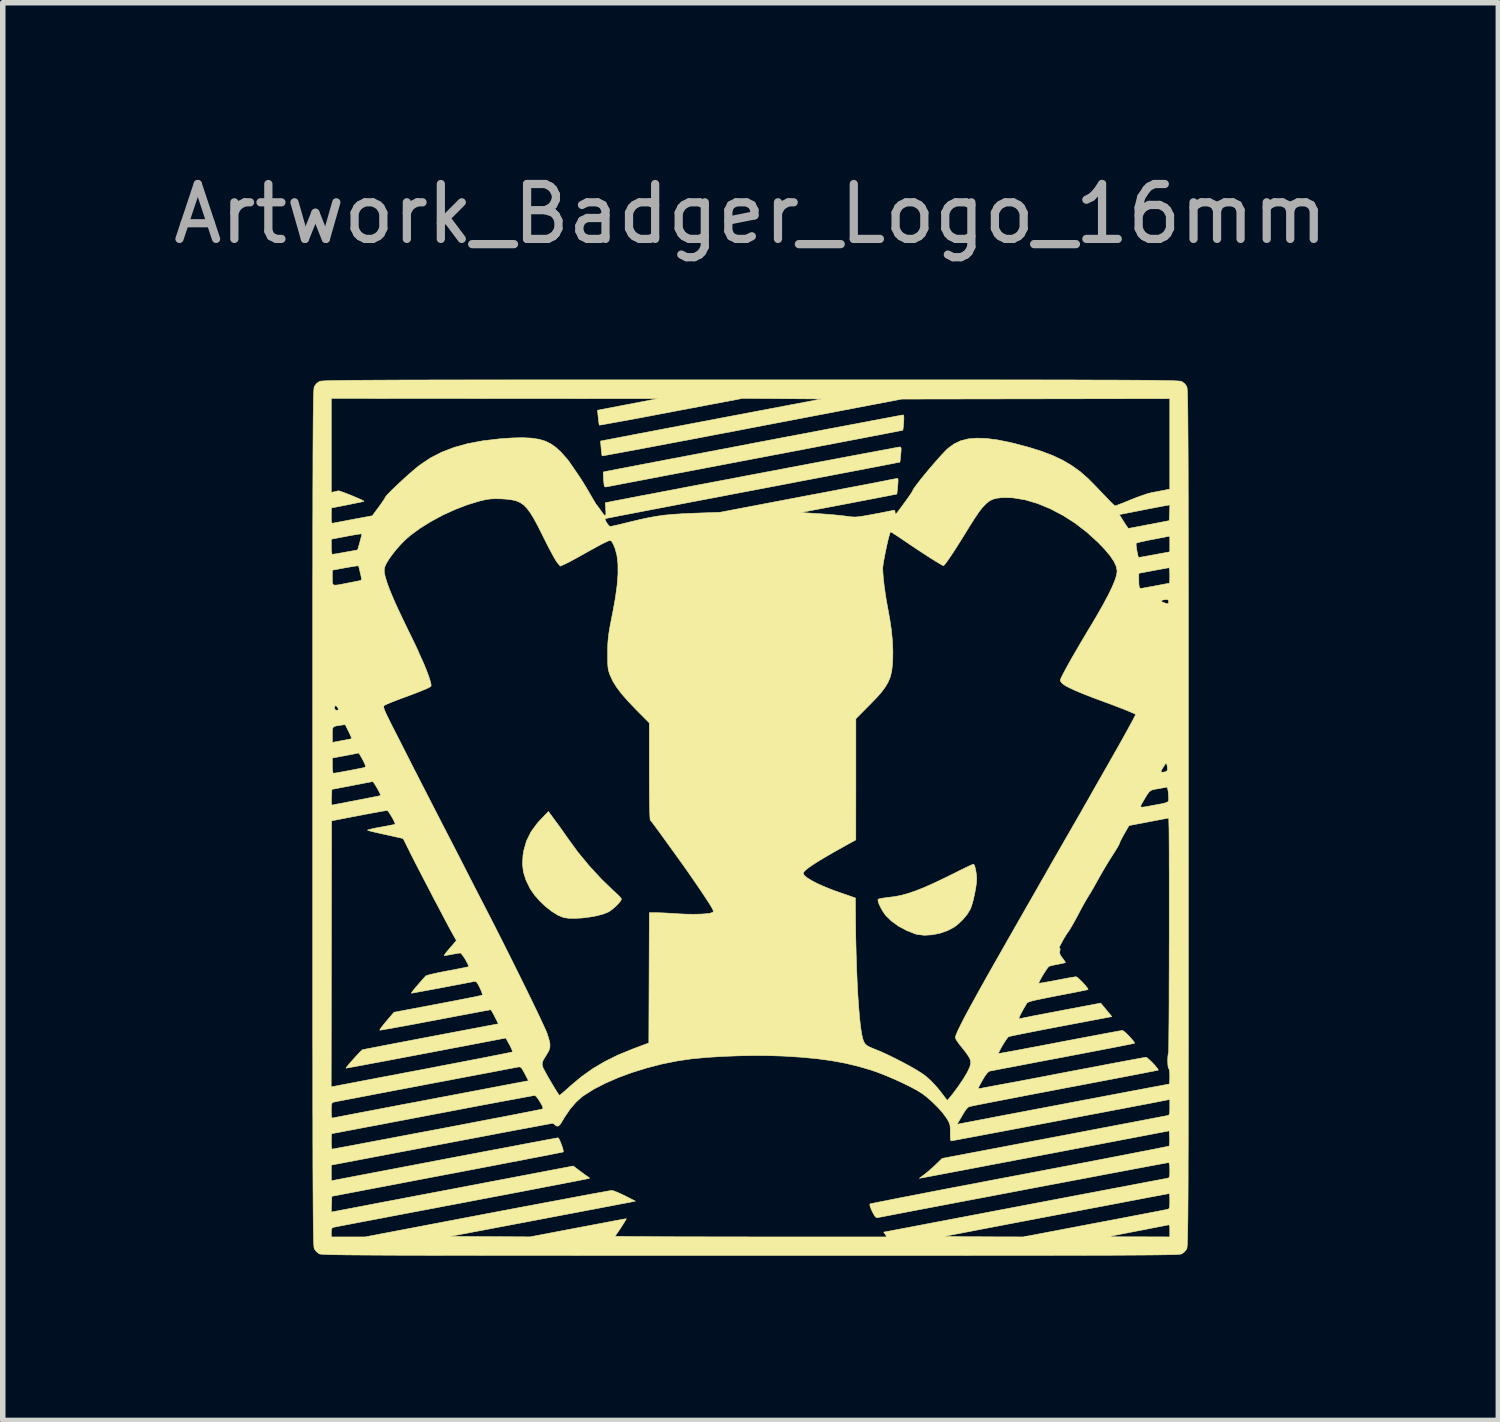
<source format=kicad_pcb>
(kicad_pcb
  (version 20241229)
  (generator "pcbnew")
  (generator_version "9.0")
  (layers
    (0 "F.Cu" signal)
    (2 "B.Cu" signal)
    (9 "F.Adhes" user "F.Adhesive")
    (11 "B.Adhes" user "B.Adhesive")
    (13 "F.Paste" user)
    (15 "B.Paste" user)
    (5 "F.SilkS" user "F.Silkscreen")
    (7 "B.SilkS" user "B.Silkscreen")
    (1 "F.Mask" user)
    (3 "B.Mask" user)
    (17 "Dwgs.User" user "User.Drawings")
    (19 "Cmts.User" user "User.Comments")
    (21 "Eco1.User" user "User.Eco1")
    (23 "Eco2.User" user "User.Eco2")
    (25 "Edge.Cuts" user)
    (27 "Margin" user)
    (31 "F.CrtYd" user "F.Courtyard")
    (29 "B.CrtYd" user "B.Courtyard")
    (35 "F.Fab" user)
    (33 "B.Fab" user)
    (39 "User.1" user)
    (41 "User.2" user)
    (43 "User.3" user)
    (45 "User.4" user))
  (footprint "Artwork_Badger_Logo_16mm"
    (layer "F.Cu")
    (at 10.625 11.848)
    (property "Reference" "Artwork_Badger_Logo_16mm" (at 0 -11 0) (layer "F.Fab") (effects (font (size 1 1) (thickness 0.15))))
    (attr through_hole)
    (fp_poly (pts (xy -3.548 0.071) (xy -3.485 0.157) (xy -3.421 0.246) (xy -3.365 0.326) (xy -3.332 0.373) (xy -3.149 0.625) (xy -2.941 0.877) (xy -2.72 1.117) (xy -2.496 1.334) (xy -2.45 1.375) (xy -2.401 1.421) (xy -2.366 1.46) (xy -2.352 1.483) (xy -2.352 1.483) (xy -2.366 1.515) (xy -2.403 1.561) (xy -2.454 1.613) (xy -2.512 1.664) (xy -2.569 1.706) (xy -2.597 1.722) (xy -2.687 1.757) (xy -2.803 1.788) (xy -2.934 1.811) (xy -3.07 1.828) (xy -3.2 1.835) (xy -3.316 1.833) (xy -3.407 1.819) (xy -3.411 1.818) (xy -3.51 1.777) (xy -3.619 1.709) (xy -3.731 1.622) (xy -3.839 1.52) (xy -3.934 1.412) (xy -4.01 1.302) (xy -4.019 1.287) (xy -4.093 1.134) (xy -4.138 0.99) (xy -4.155 0.845) (xy -4.146 0.688) (xy -4.131 0.596) (xy -4.081 0.421) (xy -3.998 0.256) (xy -3.881 0.097) (xy -3.826 0.037) (xy -3.683 -0.112) (xy -3.548 0.071)) (stroke (width 0.01) (type solid)) (fill yes) (layer "F.SilkS"))
    (fp_poly (pts (xy 4.077 0.864) (xy 4.092 0.909) (xy 4.105 0.971) (xy 4.116 1.042) (xy 4.12 1.111) (xy 4.12 1.122) (xy 4.115 1.197) (xy 4.101 1.294) (xy 4.08 1.402) (xy 4.056 1.508) (xy 4.03 1.6) (xy 4.005 1.667) (xy 4.005 1.667) (xy 3.949 1.759) (xy 3.871 1.854) (xy 3.78 1.941) (xy 3.712 1.993) (xy 3.592 2.057) (xy 3.455 2.105) (xy 3.311 2.134) (xy 3.17 2.143) (xy 3.044 2.129) (xy 3.001 2.118) (xy 2.844 2.056) (xy 2.696 1.976) (xy 2.568 1.884) (xy 2.467 1.786) (xy 2.456 1.772) (xy 2.413 1.71) (xy 2.374 1.643) (xy 2.343 1.578) (xy 2.325 1.525) (xy 2.322 1.491) (xy 2.325 1.487) (xy 2.35 1.478) (xy 2.404 1.467) (xy 2.477 1.457) (xy 2.533 1.45) (xy 2.642 1.436) (xy 2.753 1.413) (xy 2.87 1.381) (xy 2.996 1.338) (xy 3.137 1.283) (xy 3.297 1.213) (xy 3.48 1.127) (xy 3.691 1.024) (xy 3.721 1.009) (xy 3.822 0.958) (xy 3.913 0.914) (xy 3.986 0.879) (xy 4.038 0.856) (xy 4.062 0.847) (xy 4.062 0.847) (xy 4.077 0.864)) (stroke (width 0.01) (type solid)) (fill yes) (layer "F.SilkS"))
    (fp_poly (pts (xy 2.792 -7.32) (xy 2.794 -7.266) (xy 2.79 -7.201) (xy 2.784 -7.134) (xy 2.779 -7.084) (xy 2.775 -7.06) (xy 2.775 -7.06) (xy 2.757 -7.056) (xy 2.703 -7.045) (xy 2.617 -7.028) (xy 2.499 -7.005) (xy 2.354 -6.977) (xy 2.181 -6.944) (xy 1.984 -6.906) (xy 1.764 -6.864) (xy 1.524 -6.818) (xy 1.266 -6.769) (xy 0.991 -6.716) (xy 0.702 -6.661) (xy 0.4 -6.604) (xy 0.101 -6.547) (xy -0.211 -6.488) (xy -0.513 -6.43) (xy -0.803 -6.375) (xy -1.08 -6.322) (xy -1.341 -6.273) (xy -1.583 -6.227) (xy -1.805 -6.184) (xy -2.005 -6.146) (xy -2.181 -6.113) (xy -2.33 -6.084) (xy -2.45 -6.061) (xy -2.539 -6.044) (xy -2.596 -6.033) (xy -2.617 -6.029) (xy -2.643 -6.025) (xy -2.658 -6.032) (xy -2.667 -6.057) (xy -2.673 -6.107) (xy -2.677 -6.156) (xy -2.681 -6.223) (xy -2.683 -6.274) (xy -2.683 -6.298) (xy -2.682 -6.298) (xy -2.664 -6.302) (xy -2.611 -6.313) (xy -2.525 -6.329) (xy -2.411 -6.352) (xy -2.269 -6.379) (xy -2.103 -6.411) (xy -1.915 -6.447) (xy -1.707 -6.487) (xy -1.482 -6.53) (xy -1.243 -6.575) (xy -0.991 -6.623) (xy -0.73 -6.673) (xy -0.462 -6.724) (xy -0.189 -6.776) (xy 0.086 -6.829) (xy 0.361 -6.881) (xy 0.633 -6.933) (xy 0.9 -6.983) (xy 1.159 -7.032) (xy 1.407 -7.08) (xy 1.643 -7.124) (xy 1.864 -7.166) (xy 2.066 -7.204) (xy 2.249 -7.239) (xy 2.409 -7.269) (xy 2.544 -7.294) (xy 2.651 -7.314) (xy 2.727 -7.328) (xy 2.771 -7.336) (xy 2.781 -7.338) (xy 2.792 -7.32)) (stroke (width 0.01) (type solid)) (fill yes) (layer "F.SilkS"))
    (fp_poly (pts (xy 0.649 -7.977) (xy 1.26 -7.977) (xy 1.837 -7.977) (xy 2.379 -7.977) (xy 2.888 -7.977) (xy 3.364 -7.977) (xy 3.809 -7.977) (xy 4.223 -7.977) (xy 4.609 -7.976) (xy 4.966 -7.976) (xy 5.297 -7.976) (xy 5.601 -7.975) (xy 5.881 -7.975) (xy 6.136 -7.974) (xy 6.369 -7.973) (xy 6.58 -7.973) (xy 6.77 -7.972) (xy 6.941 -7.971) (xy 7.093 -7.97) (xy 7.227 -7.969) (xy 7.345 -7.968) (xy 7.448 -7.966) (xy 7.536 -7.965) (xy 7.611 -7.963) (xy 7.673 -7.962) (xy 7.725 -7.96) (xy 7.766 -7.958) (xy 7.798 -7.956) (xy 7.822 -7.954) (xy 7.839 -7.952) (xy 7.85 -7.95) (xy 7.856 -7.948) (xy 7.911 -7.907) (xy 7.948 -7.856) (xy 7.95 -7.848) (xy 7.953 -7.835) (xy 7.955 -7.816) (xy 7.957 -7.79) (xy 7.959 -7.756) (xy 7.961 -7.712) (xy 7.962 -7.658) (xy 7.964 -7.592) (xy 7.965 -7.514) (xy 7.967 -7.422) (xy 7.968 -7.315) (xy 7.969 -7.193) (xy 7.97 -7.054) (xy 7.971 -6.898) (xy 7.972 -6.722) (xy 7.973 -6.526) (xy 7.974 -6.31) (xy 7.974 -6.071) (xy 7.975 -5.809) (xy 7.975 -5.523) (xy 7.976 -5.212) (xy 7.976 -4.875) (xy 7.976 -4.51) (xy 7.977 -4.117) (xy 7.977 -3.694) (xy 7.977 -3.241) (xy 7.977 -2.757) (xy 7.977 -2.239) (xy 7.977 -1.688) (xy 7.977 -1.103) (xy 7.977 -0.481) (xy 7.977 0) (xy 7.977 0.649) (xy 7.977 1.26) (xy 7.977 1.837) (xy 7.977 2.379) (xy 7.977 2.888) (xy 7.977 3.364) (xy 7.977 3.809) (xy 7.977 4.223) (xy 7.976 4.609) (xy 7.976 4.966) (xy 7.976 5.297) (xy 7.975 5.601) (xy 7.975 5.881) (xy 7.974 6.136) (xy 7.973 6.369) (xy 7.973 6.58) (xy 7.972 6.77) (xy 7.971 6.941) (xy 7.97 7.093) (xy 7.969 7.227) (xy 7.968 7.345) (xy 7.966 7.448) (xy 7.965 7.536) (xy 7.963 7.611) (xy 7.962 7.673) (xy 7.96 7.725) (xy 7.958 7.766) (xy 7.956 7.798) (xy 7.954 7.822) (xy 7.952 7.839) (xy 7.95 7.85) (xy 7.948 7.856) (xy 7.907 7.911) (xy 7.856 7.948) (xy 7.848 7.95) (xy 7.835 7.953) (xy 7.816 7.955) (xy 7.79 7.957) (xy 7.756 7.959) (xy 7.712 7.961) (xy 7.658 7.962) (xy 7.592 7.964) (xy 7.514 7.965) (xy 7.422 7.967) (xy 7.316 7.968) (xy 7.194 7.969) (xy 7.055 7.97) (xy 6.898 7.971) (xy 6.722 7.972) (xy 6.527 7.973) (xy 6.31 7.973) (xy 6.072 7.974) (xy 5.81 7.975) (xy 5.524 7.975) (xy 5.213 7.976) (xy 4.876 7.976) (xy 4.512 7.976) (xy 4.119 7.976) (xy 3.696 7.977) (xy 3.243 7.977) (xy 2.759 7.977) (xy 2.242 7.977) (xy 1.691 7.977) (xy 1.105 7.977) (xy 0.484 7.977) (xy -0.003 7.977) (xy -0.652 7.977) (xy -1.264 7.977) (xy -1.841 7.977) (xy -2.383 7.977) (xy -2.892 7.977) (xy -3.369 7.976) (xy -3.814 7.976) (xy -4.229 7.976) (xy -4.615 7.976) (xy -4.972 7.975) (xy -5.303 7.975) (xy -5.608 7.974) (xy -5.887 7.974) (xy -6.143 7.973) (xy -6.376 7.973) (xy -6.587 7.972) (xy -6.777 7.971) (xy -6.948 7.97) (xy -7.1 7.969) (xy -7.234 7.968) (xy -7.352 7.967) (xy -7.454 7.965) (xy -7.542 7.964) (xy -7.617 7.963) (xy -7.679 7.961) (xy -7.731 7.959) (xy -7.771 7.957) (xy -7.803 7.955) (xy -7.827 7.953) (xy -7.844 7.951) (xy -7.854 7.949) (xy -7.859 7.947) (xy -7.908 7.909) (xy -7.947 7.857) (xy -7.948 7.855) (xy -7.95 7.848) (xy -7.953 7.835) (xy -7.955 7.816) (xy -7.957 7.789) (xy -7.959 7.754) (xy -7.961 7.71) (xy -7.962 7.655) (xy -7.964 7.589) (xy -7.965 7.51) (xy -7.967 7.417) (xy -7.968 7.31) (xy -7.969 7.187) (xy -7.64 7.187) (xy -7.588 7.176) (xy -7.563 7.172) (xy -7.503 7.16) (xy -7.411 7.143) (xy -7.29 7.12) (xy -7.14 7.091) (xy -6.966 7.058) (xy -6.769 7.02) (xy -6.552 6.979) (xy -6.316 6.934) (xy -6.065 6.886) (xy -5.8 6.836) (xy -5.525 6.784) (xy -5.383 6.757) (xy -3.23 6.347) (xy -3.112 6.436) (xy -3.051 6.482) (xy -2.998 6.52) (xy -2.963 6.543) (xy -2.96 6.545) (xy -2.936 6.563) (xy -2.935 6.572) (xy -2.955 6.576) (xy -3.009 6.587) (xy -3.095 6.604) (xy -3.212 6.627) (xy -3.357 6.655) (xy -3.528 6.688) (xy -3.722 6.725) (xy -3.938 6.767) (xy -4.173 6.812) (xy -4.424 6.86) (xy -4.691 6.91) (xy -4.97 6.963) (xy -5.249 7.017) (xy -5.539 7.071) (xy -5.819 7.125) (xy -6.086 7.175) (xy -6.339 7.223) (xy -6.576 7.268) (xy -6.794 7.31) (xy -6.99 7.347) (xy -7.163 7.38) (xy -7.31 7.408) (xy -7.43 7.431) (xy -7.519 7.448) (xy -7.575 7.459) (xy -7.596 7.464) (xy -7.623 7.476) (xy -7.636 7.503) (xy -7.639 7.556) (xy -7.639 7.639) (xy -7.022 7.639) (xy -4.797 7.215) (xy -4.512 7.161) (xy -4.238 7.109) (xy -3.975 7.06) (xy -3.727 7.013) (xy -3.496 6.97) (xy -3.284 6.93) (xy -3.093 6.894) (xy -2.926 6.863) (xy -2.785 6.837) (xy -2.672 6.817) (xy -2.59 6.802) (xy -2.541 6.794) (xy -2.527 6.792) (xy -2.493 6.8) (xy -2.434 6.823) (xy -2.36 6.856) (xy -2.29 6.889) (xy -2.098 6.987) (xy -2.164 7) (xy -2.192 7.006) (xy -2.254 7.018) (xy -2.348 7.035) (xy -2.47 7.059) (xy -2.618 7.087) (xy -2.789 7.12) (xy -2.98 7.156) (xy -3.189 7.196) (xy -3.413 7.238) (xy -3.648 7.283) (xy -3.852 7.322) (xy -5.475 7.629) (xy -4.746 7.634) (xy -4.017 7.638) (xy -3.142 7.471) (xy -2.966 7.438) (xy -2.802 7.407) (xy -2.653 7.379) (xy -2.523 7.354) (xy -2.415 7.334) (xy -2.334 7.319) (xy -2.282 7.31) (xy -2.264 7.307) (xy -2.271 7.324) (xy -2.294 7.363) (xy -2.328 7.417) (xy -2.367 7.478) (xy -2.407 7.537) (xy -2.441 7.586) (xy -2.465 7.618) (xy -2.472 7.624) (xy -2.456 7.626) (xy -2.405 7.628) (xy -2.32 7.629) (xy -2.204 7.631) (xy -2.06 7.632) (xy -1.888 7.633) (xy -1.692 7.635) (xy -1.473 7.636) (xy -1.234 7.637) (xy -0.977 7.637) (xy -0.704 7.638) (xy -0.417 7.638) (xy -0.119 7.638) (xy -0.004 7.639) (xy 2.484 7.639) (xy 2.477 7.627) (xy 3.537 7.627) (xy 3.549 7.629) (xy 3.595 7.63) (xy 3.67 7.632) (xy 3.772 7.633) (xy 3.895 7.635) (xy 4.038 7.636) (xy 4.195 7.636) (xy 4.238 7.637) (xy 4.967 7.639) (xy 4.984 7.636) (xy 6.501 7.636) (xy 7.07 7.637) (xy 7.639 7.639) (xy 7.639 7.526) (xy 7.638 7.463) (xy 7.633 7.43) (xy 7.621 7.419) (xy 7.598 7.422) (xy 7.596 7.423) (xy 7.567 7.429) (xy 7.507 7.441) (xy 7.419 7.458) (xy 7.31 7.479) (xy 7.185 7.504) (xy 7.048 7.53) (xy 7.027 7.534) (xy 6.501 7.636) (xy 4.984 7.636) (xy 6.261 7.393) (xy 6.477 7.352) (xy 6.683 7.313) (xy 6.876 7.276) (xy 7.053 7.242) (xy 7.21 7.212) (xy 7.345 7.186) (xy 7.454 7.165) (xy 7.534 7.149) (xy 7.583 7.14) (xy 7.596 7.137) (xy 7.618 7.129) (xy 7.631 7.111) (xy 7.637 7.076) (xy 7.639 7.015) (xy 7.639 6.988) (xy 7.638 6.921) (xy 7.635 6.871) (xy 7.63 6.849) (xy 7.629 6.849) (xy 7.61 6.852) (xy 7.556 6.862) (xy 7.471 6.878) (xy 7.358 6.899) (xy 7.22 6.925) (xy 7.059 6.956) (xy 6.878 6.99) (xy 6.68 7.028) (xy 6.469 7.068) (xy 6.246 7.11) (xy 6.016 7.154) (xy 5.78 7.199) (xy 5.542 7.244) (xy 5.304 7.289) (xy 5.07 7.334) (xy 4.841 7.377) (xy 4.622 7.419) (xy 4.415 7.459) (xy 4.223 7.495) (xy 4.049 7.529) (xy 3.896 7.558) (xy 3.766 7.583) (xy 3.662 7.603) (xy 3.588 7.617) (xy 3.546 7.625) (xy 3.537 7.627) (xy 2.477 7.627) (xy 2.456 7.595) (xy 2.427 7.552) (xy 4.981 7.066) (xy 5.286 7.008) (xy 5.582 6.952) (xy 5.866 6.898) (xy 6.135 6.847) (xy 6.389 6.799) (xy 6.624 6.754) (xy 6.839 6.714) (xy 7.031 6.677) (xy 7.198 6.645) (xy 7.338 6.619) (xy 7.45 6.598) (xy 7.53 6.582) (xy 7.576 6.574) (xy 7.587 6.571) (xy 7.614 6.565) (xy 7.629 6.552) (xy 7.636 6.523) (xy 7.639 6.471) (xy 7.639 6.423) (xy 7.637 6.344) (xy 7.629 6.299) (xy 7.616 6.284) (xy 7.615 6.284) (xy 7.595 6.288) (xy 7.54 6.298) (xy 7.454 6.314) (xy 7.338 6.335) (xy 7.195 6.362) (xy 7.028 6.393) (xy 6.84 6.429) (xy 6.632 6.468) (xy 6.407 6.51) (xy 6.168 6.556) (xy 5.918 6.603) (xy 5.658 6.652) (xy 5.392 6.702) (xy 5.122 6.753) (xy 4.85 6.805) (xy 4.58 6.856) (xy 4.313 6.907) (xy 4.052 6.956) (xy 3.799 7.004) (xy 3.558 7.05) (xy 3.331 7.093) (xy 3.12 7.133) (xy 2.927 7.17) (xy 2.756 7.203) (xy 2.609 7.231) (xy 2.488 7.254) (xy 2.397 7.272) (xy 2.336 7.283) (xy 2.31 7.289) (xy 2.287 7.283) (xy 2.261 7.254) (xy 2.227 7.194) (xy 2.217 7.175) (xy 2.189 7.111) (xy 2.174 7.063) (xy 2.175 7.039) (xy 2.175 7.039) (xy 2.195 7.034) (xy 2.25 7.022) (xy 2.338 7.004) (xy 2.457 6.981) (xy 2.604 6.951) (xy 2.778 6.917) (xy 2.977 6.879) (xy 3.198 6.836) (xy 3.44 6.789) (xy 3.7 6.739) (xy 3.977 6.687) (xy 4.267 6.631) (xy 4.57 6.573) (xy 4.884 6.514) (xy 4.901 6.511) (xy 5.215 6.451) (xy 5.519 6.393) (xy 5.81 6.338) (xy 6.087 6.285) (xy 6.348 6.235) (xy 6.591 6.188) (xy 6.813 6.145) (xy 7.013 6.106) (xy 7.188 6.072) (xy 7.337 6.043) (xy 7.457 6.019) (xy 7.547 6.001) (xy 7.603 5.989) (xy 7.625 5.984) (xy 7.626 5.984) (xy 7.632 5.959) (xy 7.636 5.908) (xy 7.635 5.841) (xy 7.635 5.838) (xy 7.629 5.706) (xy 5.428 6.126) (xy 5.144 6.18) (xy 4.87 6.232) (xy 4.608 6.282) (xy 4.359 6.329) (xy 4.127 6.373) (xy 3.914 6.414) (xy 3.723 6.45) (xy 3.554 6.482) (xy 3.412 6.509) (xy 3.298 6.53) (xy 3.215 6.546) (xy 3.165 6.555) (xy 3.151 6.558) (xy 3.076 6.571) (xy 3.17 6.5) (xy 3.231 6.451) (xy 3.304 6.388) (xy 3.373 6.324) (xy 3.378 6.319) (xy 3.491 6.209) (xy 5.523 5.823) (xy 5.794 5.772) (xy 6.056 5.722) (xy 6.305 5.674) (xy 6.54 5.63) (xy 6.758 5.588) (xy 6.956 5.551) (xy 7.131 5.517) (xy 7.283 5.488) (xy 7.407 5.464) (xy 7.502 5.446) (xy 7.566 5.434) (xy 7.595 5.428) (xy 7.596 5.428) (xy 7.618 5.42) (xy 7.631 5.403) (xy 7.637 5.369) (xy 7.639 5.309) (xy 7.639 5.276) (xy 7.639 5.133) (xy 7.587 5.144) (xy 7.553 5.151) (xy 7.486 5.164) (xy 7.389 5.183) (xy 7.266 5.207) (xy 7.118 5.235) (xy 6.949 5.267) (xy 6.762 5.303) (xy 6.56 5.341) (xy 6.346 5.382) (xy 6.122 5.424) (xy 5.892 5.468) (xy 5.659 5.512) (xy 5.425 5.556) (xy 5.194 5.6) (xy 4.968 5.643) (xy 4.75 5.684) (xy 4.544 5.723) (xy 4.352 5.759) (xy 4.177 5.792) (xy 4.023 5.821) (xy 3.891 5.845) (xy 3.786 5.865) (xy 3.709 5.879) (xy 3.665 5.887) (xy 3.654 5.889) (xy 3.645 5.871) (xy 3.64 5.822) (xy 3.639 5.748) (xy 3.639 5.737) (xy 3.639 5.66) (xy 3.635 5.606) (xy 3.626 5.577) (xy 3.768 5.577) (xy 3.775 5.585) (xy 3.802 5.58) (xy 3.827 5.575) (xy 3.886 5.563) (xy 3.977 5.546) (xy 4.097 5.523) (xy 4.244 5.495) (xy 4.415 5.462) (xy 4.608 5.425) (xy 4.821 5.385) (xy 5.05 5.341) (xy 5.293 5.295) (xy 5.548 5.247) (xy 5.732 5.212) (xy 5.992 5.162) (xy 6.243 5.115) (xy 6.48 5.07) (xy 6.702 5.028) (xy 6.906 4.989) (xy 7.09 4.955) (xy 7.251 4.924) (xy 7.386 4.899) (xy 7.494 4.879) (xy 7.572 4.864) (xy 7.616 4.856) (xy 7.627 4.854) (xy 7.633 4.837) (xy 7.637 4.791) (xy 7.639 4.726) (xy 7.639 4.713) (xy 7.636 4.642) (xy 7.63 4.592) (xy 7.621 4.572) (xy 7.62 4.572) (xy 7.611 4.554) (xy 7.604 4.507) (xy 7.601 4.438) (xy 7.601 4.431) (xy 7.603 4.363) (xy 7.608 4.314) (xy 7.614 4.29) (xy 7.616 4.29) (xy 7.617 4.271) (xy 7.619 4.218) (xy 7.62 4.134) (xy 7.621 4.02) (xy 7.622 3.88) (xy 7.624 3.717) (xy 7.625 3.534) (xy 7.626 3.334) (xy 7.626 3.12) (xy 7.627 2.894) (xy 7.628 2.659) (xy 7.628 2.419) (xy 7.629 2.176) (xy 7.629 1.934) (xy 7.629 1.694) (xy 7.629 1.461) (xy 7.629 1.236) (xy 7.629 1.024) (xy 7.628 0.826) (xy 7.628 0.646) (xy 7.627 0.486) (xy 7.626 0.35) (xy 7.625 0.241) (xy 7.624 0.16) (xy 7.623 0.14) (xy 7.62 0.006) (xy 7.258 0.075) (xy 6.896 0.144) (xy 6.807 0.299) (xy 6.769 0.367) (xy 6.74 0.424) (xy 6.724 0.46) (xy 6.722 0.469) (xy 6.714 0.489) (xy 6.689 0.535) (xy 6.65 0.599) (xy 6.602 0.675) (xy 6.593 0.689) (xy 6.526 0.794) (xy 6.453 0.915) (xy 6.384 1.034) (xy 6.343 1.107) (xy 6.291 1.2) (xy 6.239 1.293) (xy 6.192 1.373) (xy 6.158 1.427) (xy 6.123 1.485) (xy 6.077 1.565) (xy 6.025 1.659) (xy 5.973 1.757) (xy 5.966 1.771) (xy 5.917 1.863) (xy 5.87 1.947) (xy 5.829 2.017) (xy 5.8 2.063) (xy 5.795 2.07) (xy 5.763 2.115) (xy 5.727 2.172) (xy 5.691 2.234) (xy 5.659 2.293) (xy 5.634 2.342) (xy 5.621 2.374) (xy 5.625 2.381) (xy 5.625 2.381) (xy 5.639 2.379) (xy 5.64 2.404) (xy 5.636 2.425) (xy 5.632 2.468) (xy 5.646 2.508) (xy 5.681 2.557) (xy 5.714 2.601) (xy 5.735 2.631) (xy 5.739 2.638) (xy 5.721 2.646) (xy 5.676 2.656) (xy 5.613 2.669) (xy 5.602 2.671) (xy 5.531 2.685) (xy 5.473 2.698) (xy 5.438 2.709) (xy 5.437 2.71) (xy 5.418 2.73) (xy 5.388 2.772) (xy 5.351 2.828) (xy 5.314 2.889) (xy 5.282 2.946) (xy 5.259 2.991) (xy 5.251 3.016) (xy 5.252 3.017) (xy 5.271 3.016) (xy 5.322 3.008) (xy 5.397 2.995) (xy 5.491 2.978) (xy 5.579 2.961) (xy 5.685 2.941) (xy 5.781 2.923) (xy 5.858 2.909) (xy 5.91 2.901) (xy 5.93 2.898) (xy 5.952 2.91) (xy 5.99 2.942) (xy 6.035 2.986) (xy 6.081 3.035) (xy 6.12 3.081) (xy 6.145 3.115) (xy 6.15 3.132) (xy 6.131 3.137) (xy 6.079 3.148) (xy 5.999 3.164) (xy 5.896 3.185) (xy 5.775 3.208) (xy 5.64 3.234) (xy 5.599 3.242) (xy 5.436 3.274) (xy 5.307 3.3) (xy 5.207 3.321) (xy 5.134 3.338) (xy 5.083 3.353) (xy 5.052 3.366) (xy 5.036 3.378) (xy 5.035 3.38) (xy 4.976 3.48) (xy 4.931 3.562) (xy 4.902 3.622) (xy 4.889 3.658) (xy 4.893 3.665) (xy 4.917 3.66) (xy 4.974 3.648) (xy 5.059 3.631) (xy 5.169 3.609) (xy 5.3 3.584) (xy 5.447 3.556) (xy 5.605 3.526) (xy 5.65 3.517) (xy 6.38 3.379) (xy 6.426 3.434) (xy 6.469 3.486) (xy 6.517 3.544) (xy 6.528 3.557) (xy 6.583 3.625) (xy 5.658 3.8) (xy 5.475 3.835) (xy 5.303 3.868) (xy 5.146 3.899) (xy 5.007 3.926) (xy 4.889 3.95) (xy 4.796 3.969) (xy 4.733 3.983) (xy 4.702 3.991) (xy 4.7 3.991) (xy 4.681 4.012) (xy 4.651 4.054) (xy 4.615 4.11) (xy 4.578 4.171) (xy 4.547 4.228) (xy 4.525 4.272) (xy 4.518 4.296) (xy 4.518 4.297) (xy 4.537 4.295) (xy 4.59 4.286) (xy 4.674 4.271) (xy 4.784 4.251) (xy 4.919 4.226) (xy 5.075 4.196) (xy 5.248 4.164) (xy 5.436 4.128) (xy 5.635 4.09) (xy 5.635 4.09) (xy 5.835 4.052) (xy 6.024 4.016) (xy 6.2 3.983) (xy 6.358 3.953) (xy 6.496 3.927) (xy 6.61 3.906) (xy 6.697 3.89) (xy 6.753 3.88) (xy 6.776 3.877) (xy 6.799 3.889) (xy 6.836 3.921) (xy 6.882 3.965) (xy 6.927 4.014) (xy 6.967 4.059) (xy 6.992 4.094) (xy 6.997 4.11) (xy 6.977 4.115) (xy 6.924 4.126) (xy 6.84 4.143) (xy 6.727 4.165) (xy 6.59 4.192) (xy 6.43 4.223) (xy 6.252 4.257) (xy 6.057 4.294) (xy 5.849 4.334) (xy 5.691 4.364) (xy 5.474 4.405) (xy 5.268 4.444) (xy 5.075 4.481) (xy 4.898 4.515) (xy 4.741 4.545) (xy 4.606 4.57) (xy 4.496 4.591) (xy 4.416 4.607) (xy 4.367 4.616) (xy 4.353 4.619) (xy 4.32 4.643) (xy 4.275 4.701) (xy 4.226 4.782) (xy 4.189 4.849) (xy 4.161 4.902) (xy 4.145 4.934) (xy 4.144 4.94) (xy 4.163 4.937) (xy 4.216 4.928) (xy 4.3 4.912) (xy 4.413 4.891) (xy 4.552 4.865) (xy 4.715 4.835) (xy 4.898 4.801) (xy 5.098 4.763) (xy 5.314 4.722) (xy 5.542 4.678) (xy 5.663 4.655) (xy 5.897 4.61) (xy 6.121 4.568) (xy 6.331 4.528) (xy 6.525 4.491) (xy 6.701 4.458) (xy 6.855 4.429) (xy 6.985 4.405) (xy 7.087 4.386) (xy 7.16 4.373) (xy 7.2 4.366) (xy 7.207 4.365) (xy 7.228 4.378) (xy 7.265 4.41) (xy 7.311 4.454) (xy 7.357 4.502) (xy 7.397 4.548) (xy 7.423 4.583) (xy 7.429 4.599) (xy 7.41 4.604) (xy 7.357 4.615) (xy 7.271 4.631) (xy 7.157 4.654) (xy 7.016 4.681) (xy 6.851 4.713) (xy 6.664 4.749) (xy 6.459 4.788) (xy 6.238 4.83) (xy 6.003 4.875) (xy 5.756 4.921) (xy 5.72 4.928) (xy 5.471 4.976) (xy 5.233 5.021) (xy 5.007 5.064) (xy 4.797 5.105) (xy 4.604 5.142) (xy 4.433 5.175) (xy 4.285 5.204) (xy 4.162 5.228) (xy 4.069 5.247) (xy 4.007 5.26) (xy 3.978 5.267) (xy 3.977 5.267) (xy 3.948 5.292) (xy 3.91 5.339) (xy 3.876 5.394) (xy 3.839 5.458) (xy 3.806 5.514) (xy 3.786 5.547) (xy 3.768 5.577) (xy 3.626 5.577) (xy 3.621 5.561) (xy 3.595 5.512) (xy 3.568 5.469) (xy 3.502 5.378) (xy 3.412 5.278) (xy 3.31 5.177) (xy 3.205 5.085) (xy 3.122 5.023) (xy 3.03 4.966) (xy 2.909 4.901) (xy 2.77 4.833) (xy 2.619 4.764) (xy 2.466 4.699) (xy 2.318 4.641) (xy 2.184 4.595) (xy 2.18 4.594) (xy 1.953 4.528) (xy 1.721 4.473) (xy 1.476 4.428) (xy 1.214 4.392) (xy 0.927 4.365) (xy 0.61 4.345) (xy 0.592 4.344) (xy 0.342 4.336) (xy 0.07 4.334) (xy -0.214 4.339) (xy -0.496 4.35) (xy -0.767 4.366) (xy -1.015 4.388) (xy -1.073 4.394) (xy -1.343 4.434) (xy -1.617 4.489) (xy -1.89 4.56) (xy -2.155 4.642) (xy -2.408 4.735) (xy -2.642 4.837) (xy -2.851 4.944) (xy -3.03 5.057) (xy -3.07 5.085) (xy -3.179 5.183) (xy -3.288 5.31) (xy -3.388 5.456) (xy -3.418 5.508) (xy -3.46 5.577) (xy -3.494 5.614) (xy -3.524 5.622) (xy -3.556 5.604) (xy -3.563 5.597) (xy -3.592 5.574) (xy -3.606 5.569) (xy -3.627 5.572) (xy -3.681 5.582) (xy -3.768 5.598) (xy -3.885 5.62) (xy -4.029 5.647) (xy -4.198 5.678) (xy -4.39 5.714) (xy -4.602 5.754) (xy -4.831 5.798) (xy -5.076 5.844) (xy -5.334 5.893) (xy -5.603 5.944) (xy -5.63 5.949) (xy -7.639 6.33) (xy -7.639 6.616) (xy -5.583 6.224) (xy -5.311 6.172) (xy -5.048 6.123) (xy -4.798 6.075) (xy -4.563 6.031) (xy -4.346 5.99) (xy -4.148 5.952) (xy -3.972 5.919) (xy -3.821 5.891) (xy -3.697 5.867) (xy -3.601 5.85) (xy -3.538 5.838) (xy -3.509 5.833) (xy -3.507 5.833) (xy -3.493 5.849) (xy -3.472 5.89) (xy -3.45 5.946) (xy -3.429 6.004) (xy -3.415 6.054) (xy -3.411 6.086) (xy -3.412 6.09) (xy -3.431 6.095) (xy -3.485 6.106) (xy -3.571 6.123) (xy -3.687 6.146) (xy -3.831 6.174) (xy -4 6.206) (xy -4.192 6.244) (xy -4.405 6.284) (xy -4.636 6.329) (xy -4.883 6.376) (xy -5.144 6.426) (xy -5.416 6.478) (xy -5.525 6.498) (xy -7.629 6.899) (xy -7.635 7.043) (xy -7.64 7.187) (xy -7.969 7.187) (xy -7.969 7.186) (xy -7.97 7.046) (xy -7.971 6.888) (xy -7.972 6.711) (xy -7.973 6.514) (xy -7.974 6.296) (xy -7.974 6.056) (xy -7.975 5.898) (xy -7.639 5.898) (xy -7.637 5.966) (xy -7.633 6.016) (xy -7.626 6.039) (xy -7.625 6.04) (xy -7.605 6.036) (xy -7.55 6.026) (xy -7.464 6.01) (xy -7.347 5.989) (xy -7.204 5.962) (xy -7.036 5.93) (xy -6.846 5.894) (xy -6.637 5.855) (xy -6.41 5.812) (xy -6.168 5.766) (xy -5.914 5.718) (xy -5.72 5.682) (xy -5.458 5.632) (xy -5.206 5.584) (xy -4.967 5.538) (xy -4.743 5.495) (xy -4.537 5.456) (xy -4.351 5.42) (xy -4.188 5.388) (xy -4.049 5.361) (xy -3.939 5.339) (xy -3.858 5.323) (xy -3.81 5.313) (xy -3.798 5.31) (xy -3.783 5.299) (xy -3.783 5.279) (xy -3.799 5.242) (xy -3.833 5.182) (xy -3.835 5.179) (xy -3.875 5.117) (xy -3.91 5.075) (xy -3.934 5.061) (xy -3.956 5.065) (xy -4.013 5.075) (xy -4.102 5.091) (xy -4.22 5.113) (xy -4.365 5.14) (xy -4.534 5.171) (xy -4.725 5.207) (xy -4.935 5.246) (xy -5.161 5.289) (xy -5.402 5.335) (xy -5.654 5.383) (xy -5.793 5.409) (xy -6.05 5.458) (xy -6.296 5.505) (xy -6.53 5.549) (xy -6.747 5.591) (xy -6.947 5.628) (xy -7.126 5.662) (xy -7.282 5.692) (xy -7.412 5.716) (xy -7.514 5.736) (xy -7.586 5.749) (xy -7.624 5.756) (xy -7.631 5.757) (xy -7.635 5.775) (xy -7.637 5.82) (xy -7.639 5.885) (xy -7.639 5.898) (xy -7.975 5.898) (xy -7.975 5.793) (xy -7.975 5.505) (xy -7.976 5.337) (xy -7.639 5.337) (xy -7.638 5.409) (xy -7.635 5.451) (xy -7.627 5.469) (xy -7.611 5.472) (xy -7.596 5.469) (xy -7.572 5.464) (xy -7.513 5.452) (xy -7.423 5.435) (xy -7.304 5.412) (xy -7.159 5.384) (xy -6.99 5.352) (xy -6.8 5.316) (xy -6.592 5.276) (xy -6.368 5.233) (xy -6.132 5.189) (xy -5.885 5.142) (xy -5.87 5.139) (xy -5.622 5.092) (xy -5.384 5.047) (xy -5.158 5.004) (xy -4.946 4.964) (xy -4.753 4.927) (xy -4.58 4.894) (xy -4.43 4.866) (xy -4.306 4.842) (xy -4.21 4.824) (xy -4.146 4.812) (xy -4.116 4.807) (xy -4.116 4.806) (xy -4.045 4.794) (xy -4.114 4.663) (xy -4.15 4.597) (xy -4.175 4.559) (xy -4.197 4.543) (xy -4.221 4.541) (xy -4.231 4.543) (xy -4.257 4.548) (xy -4.317 4.559) (xy -4.408 4.576) (xy -4.528 4.599) (xy -4.674 4.627) (xy -4.843 4.659) (xy -5.033 4.695) (xy -5.241 4.734) (xy -5.464 4.777) (xy -5.699 4.821) (xy -5.927 4.864) (xy -6.171 4.911) (xy -6.405 4.955) (xy -6.626 4.997) (xy -6.831 5.036) (xy -7.018 5.072) (xy -7.184 5.104) (xy -7.327 5.131) (xy -7.443 5.153) (xy -7.53 5.17) (xy -7.585 5.181) (xy -7.606 5.186) (xy -7.623 5.197) (xy -7.633 5.222) (xy -7.638 5.27) (xy -7.639 5.337) (xy -7.976 5.337) (xy -7.976 5.192) (xy -7.976 4.906) (xy -7.641 4.906) (xy -7.55 4.888) (xy -7.518 4.882) (xy -7.452 4.869) (xy -7.355 4.851) (xy -7.229 4.827) (xy -7.079 4.798) (xy -6.905 4.765) (xy -6.713 4.728) (xy -6.503 4.689) (xy -6.28 4.646) (xy -6.046 4.602) (xy -5.904 4.575) (xy -5.667 4.529) (xy -5.441 4.486) (xy -5.229 4.445) (xy -5.032 4.407) (xy -4.855 4.373) (xy -4.699 4.342) (xy -4.567 4.316) (xy -4.463 4.295) (xy -4.388 4.28) (xy -4.345 4.27) (xy -4.337 4.268) (xy -4.34 4.247) (xy -4.358 4.203) (xy -4.387 4.144) (xy -4.392 4.136) (xy -4.459 4.015) (xy -5.912 4.292) (xy -6.141 4.335) (xy -6.358 4.376) (xy -6.562 4.415) (xy -6.749 4.45) (xy -6.917 4.481) (xy -7.063 4.509) (xy -7.184 4.531) (xy -7.277 4.548) (xy -7.34 4.559) (xy -7.369 4.564) (xy -7.371 4.564) (xy -7.362 4.548) (xy -7.333 4.512) (xy -7.291 4.461) (xy -7.24 4.404) (xy -7.186 4.345) (xy -7.137 4.292) (xy -7.097 4.252) (xy -7.073 4.231) (xy -7.07 4.229) (xy -7.048 4.224) (xy -6.992 4.213) (xy -6.905 4.196) (xy -6.791 4.174) (xy -6.652 4.147) (xy -6.492 4.116) (xy -6.313 4.082) (xy -6.119 4.045) (xy -5.914 4.006) (xy -5.82 3.988) (xy -4.594 3.756) (xy -4.658 3.628) (xy -4.69 3.567) (xy -4.717 3.521) (xy -4.733 3.5) (xy -4.734 3.5) (xy -4.754 3.503) (xy -4.808 3.513) (xy -4.892 3.528) (xy -5.002 3.549) (xy -5.136 3.574) (xy -5.29 3.603) (xy -5.46 3.635) (xy -5.643 3.67) (xy -5.742 3.689) (xy -5.931 3.724) (xy -6.108 3.758) (xy -6.271 3.788) (xy -6.417 3.814) (xy -6.54 3.837) (xy -6.639 3.854) (xy -6.71 3.866) (xy -6.748 3.872) (xy -6.755 3.872) (xy -6.75 3.857) (xy -6.724 3.819) (xy -6.682 3.765) (xy -6.633 3.706) (xy -6.496 3.546) (xy -5.701 3.396) (xy -5.533 3.364) (xy -5.376 3.334) (xy -5.235 3.306) (xy -5.112 3.282) (xy -5.012 3.262) (xy -4.94 3.246) (xy -4.898 3.237) (xy -4.889 3.234) (xy -4.887 3.213) (xy -4.902 3.166) (xy -4.93 3.102) (xy -4.932 3.098) (xy -4.966 3.033) (xy -4.992 2.996) (xy -5.014 2.982) (xy -5.032 2.983) (xy -5.065 2.99) (xy -5.127 3.002) (xy -5.214 3.019) (xy -5.319 3.039) (xy -5.436 3.061) (xy -5.561 3.085) (xy -5.688 3.109) (xy -5.812 3.132) (xy -5.926 3.153) (xy -6.025 3.171) (xy -6.104 3.186) (xy -6.157 3.195) (xy -6.178 3.199) (xy -6.178 3.199) (xy -6.173 3.185) (xy -6.146 3.148) (xy -6.099 3.091) (xy -6.036 3.017) (xy -5.96 2.931) (xy -5.919 2.885) (xy -5.895 2.875) (xy -5.84 2.859) (xy -5.759 2.84) (xy -5.66 2.819) (xy -5.546 2.797) (xy -5.522 2.792) (xy -5.408 2.771) (xy -5.307 2.751) (xy -5.225 2.735) (xy -5.167 2.723) (xy -5.139 2.716) (xy -5.138 2.715) (xy -5.139 2.695) (xy -5.158 2.654) (xy -5.186 2.601) (xy -5.219 2.546) (xy -5.252 2.5) (xy -5.277 2.471) (xy -5.287 2.466) (xy -5.319 2.469) (xy -5.375 2.479) (xy -5.445 2.491) (xy -5.447 2.492) (xy -5.512 2.504) (xy -5.561 2.511) (xy -5.584 2.512) (xy -5.584 2.512) (xy -5.575 2.497) (xy -5.547 2.459) (xy -5.503 2.407) (xy -5.475 2.373) (xy -5.359 2.239) (xy -5.415 2.14) (xy -5.445 2.086) (xy -5.49 2.004) (xy -5.546 1.898) (xy -5.612 1.773) (xy -5.685 1.634) (xy -5.763 1.487) (xy -5.842 1.335) (xy -5.92 1.185) (xy -5.995 1.04) (xy -6.065 0.906) (xy -6.126 0.787) (xy -6.175 0.69) (xy -6.212 0.617) (xy -6.214 0.611) (xy -6.256 0.528) (xy -6.29 0.458) (xy -6.316 0.407) (xy -6.329 0.383) (xy -6.33 0.381) (xy -6.348 0.376) (xy -6.398 0.364) (xy -6.473 0.348) (xy -6.566 0.327) (xy -6.657 0.307) (xy -6.762 0.284) (xy -6.852 0.263) (xy -6.922 0.246) (xy -6.967 0.233) (xy -6.98 0.227) (xy -6.963 0.22) (xy -6.915 0.208) (xy -6.844 0.192) (xy -6.756 0.175) (xy -6.731 0.171) (xy -6.639 0.154) (xy -6.562 0.139) (xy -6.506 0.128) (xy -6.478 0.122) (xy -6.476 0.121) (xy -6.478 0.102) (xy -6.496 0.061) (xy -6.523 0.008) (xy -6.556 -0.047) (xy -6.587 -0.095) (xy -6.611 -0.125) (xy -6.621 -0.132) (xy -6.646 -0.128) (xy -6.702 -0.119) (xy -6.785 -0.104) (xy -6.889 -0.085) (xy -7.008 -0.063) (xy -7.137 -0.038) (xy -7.271 -0.013) (xy -7.404 0.013) (xy -7.53 0.038) (xy -7.537 0.039) (xy -7.634 0.058) (xy -7.641 4.906) (xy -7.976 4.906) (xy -7.976 4.853) (xy -7.976 4.486) (xy -7.977 4.091) (xy -7.977 3.666) (xy -7.977 3.211) (xy -7.977 2.724) (xy -7.977 2.204) (xy -7.977 1.651) (xy -7.977 1.063) (xy -7.977 0.439) (xy -7.977 0) (xy -7.977 -0.297) (xy -7.637 -0.297) (xy -7.636 -0.254) (xy -7.629 -0.235) (xy -7.614 -0.231) (xy -7.597 -0.234) (xy -7.567 -0.241) (xy -7.505 -0.253) (xy -7.418 -0.269) (xy -7.313 -0.29) (xy -7.195 -0.312) (xy -7.15 -0.321) (xy -7.031 -0.344) (xy -6.926 -0.365) (xy -6.839 -0.382) (xy -6.776 -0.395) (xy -6.743 -0.403) (xy -6.739 -0.405) (xy -6.744 -0.423) (xy -6.763 -0.464) (xy -6.791 -0.517) (xy -6.823 -0.572) (xy -6.853 -0.62) (xy -6.875 -0.651) (xy -6.883 -0.657) (xy -6.905 -0.654) (xy -6.957 -0.644) (xy -7.035 -0.629) (xy -7.133 -0.61) (xy -7.244 -0.589) (xy -7.263 -0.585) (xy -7.629 -0.515) (xy -7.635 -0.37) (xy -7.637 -0.297) (xy -7.977 -0.297) (xy -7.977 -0.649) (xy -7.977 -1.087) (xy -7.62 -1.087) (xy -7.62 -0.948) (xy -7.617 -0.865) (xy -7.608 -0.819) (xy -7.598 -0.809) (xy -7.573 -0.812) (xy -7.518 -0.821) (xy -7.44 -0.835) (xy -7.348 -0.852) (xy -7.321 -0.857) (xy -7.225 -0.875) (xy -7.14 -0.892) (xy -7.075 -0.905) (xy -7.037 -0.914) (xy -7.032 -0.915) (xy -7.018 -0.923) (xy -7.016 -0.941) (xy -7.027 -0.976) (xy -7.055 -1.034) (xy -7.066 -1.056) (xy -7.099 -1.116) (xy -7.126 -1.16) (xy -7.143 -1.179) (xy -7.146 -1.179) (xy -7.168 -1.173) (xy -7.22 -1.162) (xy -7.295 -1.147) (xy -7.383 -1.131) (xy -7.39 -1.129) (xy -7.62 -1.087) (xy -7.977 -1.087) (xy -7.977 -1.26) (xy -7.977 -1.522) (xy -7.62 -1.522) (xy -7.62 -1.512) (xy -7.62 -1.37) (xy -7.568 -1.381) (xy -7.522 -1.389) (xy -7.455 -1.402) (xy -7.394 -1.413) (xy -7.331 -1.425) (xy -7.285 -1.435) (xy -7.266 -1.44) (xy -7.271 -1.458) (xy -7.29 -1.5) (xy -7.317 -1.559) (xy -7.323 -1.57) (xy -7.385 -1.696) (xy -7.469 -1.684) (xy -7.544 -1.673) (xy -7.588 -1.66) (xy -7.611 -1.636) (xy -7.619 -1.593) (xy -7.62 -1.522) (xy -7.977 -1.522) (xy -7.977 -1.837) (xy -7.977 -2.013) (xy -7.583 -2.013) (xy -7.578 -1.979) (xy -7.554 -1.958) (xy -7.545 -1.957) (xy -7.514 -1.961) (xy -7.507 -1.967) (xy -7.517 -1.998) (xy -7.538 -2.028) (xy -6.684 -2.028) (xy -6.683 -2.006) (xy -6.673 -1.971) (xy -6.651 -1.918) (xy -6.616 -1.844) (xy -6.566 -1.743) (xy -6.53 -1.671) (xy -6.403 -1.422) (xy -6.268 -1.156) (xy -6.129 -0.882) (xy -5.988 -0.607) (xy -5.851 -0.34) (xy -5.721 -0.087) (xy -5.603 0.143) (xy -5.56 0.226) (xy -5.489 0.364) (xy -5.417 0.503) (xy -5.348 0.638) (xy -5.285 0.76) (xy -5.233 0.862) (xy -5.198 0.931) (xy -5.156 1.013) (xy -5.101 1.12) (xy -5.037 1.245) (xy -4.968 1.379) (xy -4.898 1.516) (xy -4.855 1.599) (xy -4.752 1.799) (xy -4.646 2.006) (xy -4.539 2.218) (xy -4.432 2.431) (xy -4.327 2.641) (xy -4.225 2.847) (xy -4.127 3.044) (xy -4.036 3.231) (xy -3.953 3.402) (xy -3.878 3.557) (xy -3.815 3.691) (xy -3.764 3.801) (xy -3.726 3.885) (xy -3.704 3.939) (xy -3.702 3.946) (xy -3.671 4.047) (xy -3.655 4.123) (xy -3.656 4.185) (xy -3.673 4.242) (xy -3.708 4.305) (xy -3.725 4.332) (xy -3.771 4.405) (xy -3.794 4.459) (xy -3.796 4.506) (xy -3.781 4.556) (xy -3.77 4.578) (xy -3.741 4.632) (xy -3.703 4.702) (xy -3.658 4.78) (xy -3.611 4.859) (xy -3.566 4.934) (xy -3.527 4.997) (xy -3.498 5.041) (xy -3.483 5.06) (xy -3.483 5.061) (xy -3.465 5.049) (xy -3.426 5.016) (xy -3.369 4.967) (xy -3.301 4.907) (xy -3.283 4.89) (xy -3.083 4.722) (xy -2.877 4.575) (xy -2.658 4.445) (xy -2.418 4.326) (xy -2.149 4.216) (xy -2.126 4.207) (xy -1.853 4.105) (xy -1.844 1.731) (xy -1.726 1.731) (xy -1.664 1.733) (xy -1.575 1.736) (xy -1.47 1.742) (xy -1.358 1.749) (xy -1.326 1.751) (xy -1.183 1.758) (xy -1.047 1.76) (xy -0.924 1.758) (xy -0.821 1.752) (xy -0.741 1.742) (xy -0.693 1.727) (xy -0.686 1.724) (xy -0.679 1.712) (xy -0.68 1.693) (xy -0.693 1.662) (xy -0.72 1.615) (xy -0.762 1.547) (xy -0.823 1.454) (xy -0.864 1.392) (xy -0.942 1.276) (xy -1.028 1.151) (xy -1.113 1.028) (xy -1.123 1.013) (xy 0.96 1.013) (xy 0.977 1.049) (xy 1.028 1.093) (xy 1.109 1.144) (xy 1.216 1.2) (xy 1.347 1.258) (xy 1.498 1.319) (xy 1.627 1.365) (xy 1.91 1.463) (xy 1.913 1.875) (xy 1.917 2.174) (xy 1.924 2.461) (xy 1.932 2.735) (xy 1.943 2.991) (xy 1.955 3.227) (xy 1.97 3.441) (xy 1.985 3.629) (xy 2.002 3.788) (xy 2.02 3.915) (xy 2.039 4.009) (xy 2.042 4.018) (xy 2.061 4.077) (xy 2.086 4.12) (xy 2.124 4.154) (xy 2.182 4.185) (xy 2.267 4.22) (xy 2.277 4.224) (xy 2.382 4.267) (xy 2.504 4.323) (xy 2.637 4.388) (xy 2.771 4.457) (xy 2.901 4.527) (xy 3.018 4.594) (xy 3.114 4.654) (xy 3.179 4.699) (xy 3.293 4.8) (xy 3.407 4.924) (xy 3.452 4.98) (xy 3.584 5.153) (xy 3.636 5.093) (xy 3.671 5.05) (xy 3.719 4.987) (xy 3.771 4.916) (xy 3.789 4.892) (xy 3.883 4.752) (xy 3.952 4.636) (xy 3.995 4.543) (xy 4.013 4.474) (xy 4.013 4.469) (xy 4.009 4.43) (xy 3.994 4.386) (xy 3.962 4.333) (xy 3.913 4.264) (xy 3.841 4.173) (xy 3.828 4.158) (xy 3.784 4.1) (xy 3.749 4.048) (xy 3.732 4.013) (xy 3.734 3.993) (xy 3.745 3.957) (xy 3.766 3.906) (xy 3.799 3.836) (xy 3.843 3.747) (xy 3.899 3.638) (xy 3.969 3.507) (xy 4.053 3.354) (xy 4.151 3.176) (xy 4.264 2.973) (xy 4.394 2.743) (xy 4.54 2.486) (xy 4.703 2.199) (xy 4.884 1.882) (xy 5.002 1.675) (xy 5.085 1.531) (xy 5.166 1.389) (xy 5.243 1.254) (xy 5.312 1.132) (xy 5.372 1.029) (xy 5.417 0.948) (xy 5.438 0.913) (xy 5.479 0.839) (xy 5.535 0.742) (xy 5.601 0.627) (xy 5.672 0.504) (xy 5.743 0.38) (xy 5.767 0.339) (xy 5.841 0.21) (xy 5.919 0.074) (xy 5.996 -0.059) (xy 6.065 -0.181) (xy 6.082 -0.211) (xy 7.107 -0.211) (xy 7.111 -0.196) (xy 7.135 -0.191) (xy 7.183 -0.196) (xy 7.26 -0.21) (xy 7.351 -0.227) (xy 7.456 -0.246) (xy 7.529 -0.261) (xy 7.577 -0.275) (xy 7.604 -0.289) (xy 7.616 -0.307) (xy 7.619 -0.333) (xy 7.618 -0.369) (xy 7.618 -0.373) (xy 7.614 -0.438) (xy 7.607 -0.495) (xy 7.604 -0.509) (xy 7.592 -0.557) (xy 7.435 -0.529) (xy 7.37 -0.518) (xy 7.323 -0.507) (xy 7.288 -0.491) (xy 7.258 -0.463) (xy 7.226 -0.42) (xy 7.186 -0.354) (xy 7.142 -0.278) (xy 7.119 -0.238) (xy 7.107 -0.211) (xy 6.082 -0.211) (xy 6.123 -0.282) (xy 6.134 -0.301) (xy 6.19 -0.4) (xy 6.258 -0.521) (xy 6.334 -0.654) (xy 6.411 -0.788) (xy 6.442 -0.844) (xy 7.479 -0.844) (xy 7.484 -0.83) (xy 7.511 -0.828) (xy 7.557 -0.835) (xy 7.58 -0.845) (xy 7.596 -0.869) (xy 7.595 -0.917) (xy 7.593 -0.934) (xy 7.583 -0.979) (xy 7.573 -0.992) (xy 7.558 -0.978) (xy 7.551 -0.969) (xy 7.521 -0.923) (xy 7.496 -0.88) (xy 7.479 -0.844) (xy 6.442 -0.844) (xy 6.482 -0.913) (xy 6.604 -1.128) (xy 6.712 -1.318) (xy 6.803 -1.481) (xy 6.877 -1.615) (xy 6.934 -1.719) (xy 6.973 -1.792) (xy 6.973 -1.793) (xy 7.019 -1.883) (xy 6.91 -1.931) (xy 6.858 -1.953) (xy 6.778 -1.985) (xy 6.678 -2.023) (xy 6.566 -2.066) (xy 6.453 -2.107) (xy 6.252 -2.182) (xy 6.084 -2.247) (xy 5.947 -2.303) (xy 5.839 -2.352) (xy 5.757 -2.394) (xy 5.699 -2.43) (xy 5.663 -2.463) (xy 5.646 -2.492) (xy 5.644 -2.506) (xy 5.654 -2.535) (xy 5.682 -2.594) (xy 5.727 -2.679) (xy 5.786 -2.788) (xy 5.859 -2.918) (xy 5.945 -3.065) (xy 6.04 -3.228) (xy 6.144 -3.403) (xy 6.18 -3.462) (xy 6.316 -3.691) (xy 6.429 -3.89) (xy 6.462 -3.952) (xy 7.481 -3.952) (xy 7.493 -3.935) (xy 7.517 -3.923) (xy 7.576 -3.901) (xy 7.609 -3.9) (xy 7.62 -3.921) (xy 7.62 -3.923) (xy 7.615 -3.963) (xy 7.591 -3.975) (xy 7.564 -3.974) (xy 7.504 -3.964) (xy 7.481 -3.952) (xy 6.462 -3.952) (xy 6.521 -4.062) (xy 6.591 -4.208) (xy 6.64 -4.327) (xy 6.67 -4.422) (xy 6.674 -4.452) (xy 7.074 -4.452) (xy 7.074 -4.327) (xy 7.076 -4.249) (xy 7.083 -4.203) (xy 7.097 -4.181) (xy 7.113 -4.177) (xy 7.135 -4.18) (xy 7.187 -4.189) (xy 7.262 -4.203) (xy 7.352 -4.219) (xy 7.375 -4.224) (xy 7.467 -4.241) (xy 7.545 -4.256) (xy 7.602 -4.266) (xy 7.63 -4.271) (xy 7.632 -4.271) (xy 7.635 -4.288) (xy 7.638 -4.334) (xy 7.639 -4.399) (xy 7.639 -4.412) (xy 7.637 -4.48) (xy 7.633 -4.53) (xy 7.626 -4.553) (xy 7.625 -4.553) (xy 7.602 -4.55) (xy 7.549 -4.541) (xy 7.474 -4.527) (xy 7.382 -4.51) (xy 7.342 -4.503) (xy 7.074 -4.452) (xy 6.674 -4.452) (xy 6.679 -4.493) (xy 6.665 -4.574) (xy 6.622 -4.668) (xy 6.549 -4.776) (xy 6.444 -4.9) (xy 6.367 -4.98) (xy 7.025 -4.98) (xy 7.029 -4.934) (xy 7.038 -4.875) (xy 7.049 -4.816) (xy 7.06 -4.768) (xy 7.071 -4.742) (xy 7.073 -4.741) (xy 7.094 -4.744) (xy 7.146 -4.753) (xy 7.221 -4.766) (xy 7.313 -4.783) (xy 7.361 -4.792) (xy 7.639 -4.843) (xy 7.639 -5.13) (xy 7.339 -5.072) (xy 7.237 -5.052) (xy 7.149 -5.033) (xy 7.08 -5.018) (xy 7.038 -5.006) (xy 7.028 -5.002) (xy 7.025 -4.98) (xy 6.367 -4.98) (xy 6.333 -5.015) (xy 6.13 -5.2) (xy 5.914 -5.366) (xy 5.689 -5.51) (xy 5.665 -5.522) (xy 6.719 -5.522) (xy 6.798 -5.396) (xy 6.836 -5.337) (xy 6.867 -5.293) (xy 6.884 -5.271) (xy 6.886 -5.27) (xy 6.907 -5.274) (xy 6.958 -5.283) (xy 7.036 -5.298) (xy 7.133 -5.316) (xy 7.243 -5.338) (xy 7.263 -5.341) (xy 7.629 -5.412) (xy 7.635 -5.555) (xy 7.64 -5.699) (xy 7.578 -5.688) (xy 7.542 -5.682) (xy 7.475 -5.669) (xy 7.384 -5.652) (xy 7.275 -5.631) (xy 7.156 -5.608) (xy 7.118 -5.6) (xy 6.719 -5.522) (xy 5.665 -5.522) (xy 5.459 -5.63) (xy 5.228 -5.725) (xy 5.003 -5.791) (xy 4.786 -5.827) (xy 4.662 -5.832) (xy 4.57 -5.83) (xy 4.49 -5.821) (xy 4.42 -5.803) (xy 4.356 -5.772) (xy 4.295 -5.725) (xy 4.232 -5.66) (xy 4.164 -5.573) (xy 4.087 -5.46) (xy 3.998 -5.32) (xy 3.934 -5.216) (xy 3.848 -5.077) (xy 3.767 -4.948) (xy 3.694 -4.835) (xy 3.63 -4.739) (xy 3.577 -4.664) (xy 3.539 -4.614) (xy 3.518 -4.592) (xy 3.515 -4.591) (xy 3.492 -4.601) (xy 3.441 -4.63) (xy 3.369 -4.674) (xy 3.278 -4.731) (xy 3.173 -4.799) (xy 3.058 -4.874) (xy 2.938 -4.954) (xy 2.817 -5.036) (xy 2.816 -5.037) (xy 2.73 -5.095) (xy 2.655 -5.145) (xy 2.596 -5.183) (xy 2.56 -5.204) (xy 2.55 -5.209) (xy 2.539 -5.183) (xy 2.523 -5.127) (xy 2.503 -5.05) (xy 2.482 -4.958) (xy 2.461 -4.859) (xy 2.442 -4.761) (xy 2.425 -4.672) (xy 2.414 -4.598) (xy 2.408 -4.548) (xy 2.408 -4.541) (xy 2.412 -4.46) (xy 2.421 -4.352) (xy 2.435 -4.227) (xy 2.453 -4.096) (xy 2.473 -3.967) (xy 2.493 -3.857) (xy 2.536 -3.621) (xy 2.567 -3.412) (xy 2.585 -3.222) (xy 2.593 -3.045) (xy 2.592 -2.916) (xy 2.585 -2.784) (xy 2.572 -2.671) (xy 2.548 -2.57) (xy 2.511 -2.477) (xy 2.459 -2.386) (xy 2.387 -2.289) (xy 2.293 -2.182) (xy 2.173 -2.058) (xy 2.141 -2.026) (xy 1.919 -1.803) (xy 1.919 -0.699) (xy 1.918 0.405) (xy 1.735 0.506) (xy 1.533 0.619) (xy 1.363 0.717) (xy 1.225 0.8) (xy 1.117 0.87) (xy 1.038 0.926) (xy 0.987 0.97) (xy 0.962 1.002) (xy 0.96 1.013) (xy -1.123 1.013) (xy -1.19 0.918) (xy -1.236 0.853) (xy -1.306 0.756) (xy -1.389 0.64) (xy -1.478 0.517) (xy -1.564 0.398) (xy -1.605 0.341) (xy -1.67 0.251) (xy -1.729 0.171) (xy -1.777 0.107) (xy -1.81 0.064) (xy -1.826 0.047) (xy -1.83 0.025) (xy -1.834 -0.032) (xy -1.837 -0.122) (xy -1.84 -0.244) (xy -1.842 -0.395) (xy -1.843 -0.574) (xy -1.844 -0.777) (xy -1.844 -0.846) (xy -1.844 -1.726) (xy -2.094 -1.978) (xy -2.236 -2.127) (xy -2.351 -2.259) (xy -2.441 -2.378) (xy -2.509 -2.488) (xy -2.558 -2.593) (xy -2.563 -2.606) (xy -2.58 -2.655) (xy -2.592 -2.702) (xy -2.599 -2.756) (xy -2.603 -2.825) (xy -2.604 -2.917) (xy -2.604 -3.001) (xy -2.603 -3.095) (xy -2.6 -3.177) (xy -2.594 -3.253) (xy -2.585 -3.331) (xy -2.572 -3.419) (xy -2.553 -3.524) (xy -2.527 -3.656) (xy -2.513 -3.725) (xy -2.464 -3.995) (xy -2.431 -4.233) (xy -2.415 -4.441) (xy -2.416 -4.622) (xy -2.434 -4.777) (xy -2.469 -4.908) (xy -2.501 -4.984) (xy -2.527 -5.03) (xy -2.549 -5.049) (xy -2.575 -5.047) (xy -2.587 -5.043) (xy -2.63 -5.024) (xy -2.687 -4.997) (xy -2.761 -4.958) (xy -2.856 -4.906) (xy -2.978 -4.839) (xy -3.048 -4.799) (xy -3.143 -4.746) (xy -3.234 -4.697) (xy -3.312 -4.655) (xy -3.369 -4.626) (xy -3.385 -4.619) (xy -3.467 -4.583) (xy -3.522 -4.648) (xy -3.546 -4.683) (xy -3.583 -4.746) (xy -3.63 -4.833) (xy -3.685 -4.936) (xy -3.743 -5.051) (xy -3.781 -5.127) (xy -3.866 -5.297) (xy -3.94 -5.436) (xy -4.007 -5.547) (xy -4.07 -5.632) (xy -4.133 -5.697) (xy -4.2 -5.743) (xy -4.274 -5.774) (xy -4.36 -5.793) (xy -4.46 -5.804) (xy -4.544 -5.809) (xy -4.648 -5.811) (xy -4.73 -5.808) (xy -4.806 -5.799) (xy -4.891 -5.78) (xy -4.933 -5.77) (xy -5.157 -5.702) (xy -5.386 -5.614) (xy -5.613 -5.51) (xy -5.829 -5.393) (xy -6.028 -5.269) (xy -6.201 -5.141) (xy -6.29 -5.063) (xy -6.375 -4.977) (xy -6.459 -4.882) (xy -6.535 -4.785) (xy -6.599 -4.694) (xy -6.644 -4.616) (xy -6.663 -4.571) (xy -6.674 -4.52) (xy -6.673 -4.469) (xy -6.659 -4.403) (xy -6.654 -4.383) (xy -6.623 -4.282) (xy -6.582 -4.169) (xy -6.529 -4.04) (xy -6.464 -3.89) (xy -6.383 -3.716) (xy -6.286 -3.513) (xy -6.272 -3.485) (xy -6.215 -3.367) (xy -6.163 -3.261) (xy -6.119 -3.17) (xy -6.086 -3.1) (xy -6.065 -3.055) (xy -6.058 -3.04) (xy -6.051 -3.021) (xy -6.031 -2.976) (xy -6.002 -2.912) (xy -5.983 -2.872) (xy -5.94 -2.774) (xy -5.9 -2.674) (xy -5.865 -2.58) (xy -5.839 -2.499) (xy -5.823 -2.437) (xy -5.82 -2.402) (xy -5.82 -2.4) (xy -5.833 -2.387) (xy -5.863 -2.369) (xy -5.914 -2.345) (xy -5.99 -2.314) (xy -6.092 -2.273) (xy -6.224 -2.223) (xy -6.388 -2.163) (xy -6.482 -2.127) (xy -6.566 -2.094) (xy -6.631 -2.066) (xy -6.67 -2.046) (xy -6.677 -2.041) (xy -6.684 -2.028) (xy -7.538 -2.028) (xy -7.538 -2.028) (xy -7.56 -2.042) (xy -7.564 -2.041) (xy -7.583 -2.013) (xy -7.977 -2.013) (xy -7.977 -2.379) (xy -7.977 -2.888) (xy -7.977 -3.364) (xy -7.977 -3.809) (xy -7.977 -4.223) (xy -7.977 -4.312) (xy -7.62 -4.312) (xy -7.617 -4.271) (xy -7.605 -4.246) (xy -7.578 -4.236) (xy -7.531 -4.239) (xy -7.458 -4.251) (xy -7.355 -4.272) (xy -7.269 -4.288) (xy -7.194 -4.303) (xy -7.14 -4.314) (xy -7.119 -4.318) (xy -7.099 -4.324) (xy -7.089 -4.337) (xy -7.09 -4.365) (xy -7.1 -4.416) (xy -7.109 -4.454) (xy -7.124 -4.518) (xy -7.136 -4.567) (xy -7.143 -4.588) (xy -7.143 -4.589) (xy -7.163 -4.588) (xy -7.212 -4.582) (xy -7.284 -4.57) (xy -7.371 -4.555) (xy -7.384 -4.553) (xy -7.62 -4.509) (xy -7.62 -4.371) (xy -7.62 -4.312) (xy -7.977 -4.312) (xy -7.976 -4.609) (xy -7.976 -4.966) (xy -7.976 -5.074) (xy -7.639 -5.074) (xy -7.639 -4.936) (xy -7.636 -4.859) (xy -7.629 -4.811) (xy -7.618 -4.798) (xy -7.593 -4.801) (xy -7.538 -4.81) (xy -7.463 -4.823) (xy -7.378 -4.838) (xy -7.159 -4.878) (xy -7.118 -5.021) (xy -7.1 -5.089) (xy -7.088 -5.142) (xy -7.084 -5.169) (xy -7.085 -5.172) (xy -7.104 -5.171) (xy -7.154 -5.163) (xy -7.228 -5.151) (xy -7.319 -5.135) (xy -7.365 -5.126) (xy -7.639 -5.074) (xy -7.976 -5.074) (xy -7.976 -5.297) (xy -7.975 -5.601) (xy -7.975 -5.881) (xy -7.974 -6.136) (xy -7.973 -6.369) (xy -7.973 -6.58) (xy -7.972 -6.77) (xy -7.971 -6.941) (xy -7.97 -7.093) (xy -7.969 -7.227) (xy -7.968 -7.345) (xy -7.966 -7.448) (xy -7.965 -7.536) (xy -7.963 -7.611) (xy -7.963 -7.639) (xy -7.639 -7.639) (xy -7.639 -5.926) (xy -7.587 -5.937) (xy -7.54 -5.948) (xy -7.512 -5.956) (xy -7.489 -5.951) (xy -7.441 -5.935) (xy -7.376 -5.911) (xy -7.301 -5.882) (xy -7.224 -5.85) (xy -7.151 -5.819) (xy -7.092 -5.793) (xy -7.054 -5.773) (xy -7.043 -5.764) (xy -7.062 -5.759) (xy -7.11 -5.748) (xy -7.179 -5.734) (xy -7.263 -5.717) (xy -7.353 -5.698) (xy -7.442 -5.681) (xy -7.522 -5.665) (xy -7.586 -5.653) (xy -7.626 -5.646) (xy -7.634 -5.645) (xy -7.636 -5.627) (xy -7.638 -5.581) (xy -7.639 -5.516) (xy -7.639 -5.501) (xy -7.638 -5.429) (xy -7.635 -5.387) (xy -7.627 -5.368) (xy -7.611 -5.365) (xy -7.596 -5.368) (xy -7.565 -5.374) (xy -7.503 -5.386) (xy -7.418 -5.402) (xy -7.316 -5.421) (xy -7.223 -5.439) (xy -6.892 -5.5) (xy -6.772 -5.662) (xy -6.724 -5.729) (xy -6.685 -5.785) (xy -6.661 -5.823) (xy -6.656 -5.836) (xy -6.644 -5.854) (xy -6.609 -5.894) (xy -6.555 -5.949) (xy -6.486 -6.016) (xy -6.408 -6.09) (xy -6.324 -6.168) (xy -6.24 -6.244) (xy -6.159 -6.314) (xy -6.088 -6.375) (xy -6.03 -6.421) (xy -6.028 -6.422) (xy -5.837 -6.551) (xy -5.63 -6.658) (xy -5.404 -6.745) (xy -5.156 -6.814) (xy -4.881 -6.866) (xy -4.575 -6.902) (xy -4.544 -6.905) (xy -4.329 -6.919) (xy -4.146 -6.923) (xy -3.99 -6.915) (xy -3.857 -6.895) (xy -3.742 -6.861) (xy -3.641 -6.812) (xy -3.549 -6.748) (xy -3.461 -6.667) (xy -3.445 -6.65) (xy -3.389 -6.588) (xy -3.339 -6.53) (xy -3.304 -6.486) (xy -3.298 -6.476) (xy -3.272 -6.438) (xy -3.232 -6.38) (xy -3.184 -6.31) (xy -3.159 -6.275) (xy -3.105 -6.194) (xy -3.042 -6.095) (xy -2.979 -5.991) (xy -2.937 -5.918) (xy -2.891 -5.839) (xy -2.852 -5.772) (xy -2.823 -5.724) (xy -2.808 -5.702) (xy -2.807 -5.701) (xy -2.79 -5.681) (xy -2.76 -5.641) (xy -2.74 -5.612) (xy -2.692 -5.544) (xy -2.66 -5.508) (xy -2.642 -5.506) (xy -2.635 -5.535) (xy -2.637 -5.597) (xy -2.638 -5.611) (xy -2.648 -5.737) (xy -2.552 -5.756) (xy -2.5 -5.767) (xy -2.415 -5.783) (xy -2.301 -5.805) (xy -2.16 -5.832) (xy -1.995 -5.864) (xy -1.808 -5.899) (xy -1.601 -5.939) (xy -1.377 -5.981) (xy -1.14 -6.027) (xy -0.89 -6.074) (xy -0.631 -6.123) (xy -0.365 -6.173) (xy -0.096 -6.225) (xy 0.176 -6.276) (xy 0.446 -6.327) (xy 0.713 -6.378) (xy 0.974 -6.427) (xy 1.226 -6.475) (xy 1.468 -6.52) (xy 1.695 -6.563) (xy 1.907 -6.603) (xy 2.099 -6.639) (xy 2.271 -6.671) (xy 2.419 -6.699) (xy 2.54 -6.721) (xy 2.632 -6.739) (xy 2.693 -6.75) (xy 2.721 -6.754) (xy 2.722 -6.755) (xy 2.736 -6.749) (xy 2.743 -6.729) (xy 2.743 -6.686) (xy 2.737 -6.618) (xy 2.73 -6.551) (xy 2.725 -6.502) (xy 2.721 -6.479) (xy 2.721 -6.478) (xy 2.702 -6.474) (xy 2.649 -6.464) (xy 2.563 -6.447) (xy 2.445 -6.424) (xy 2.3 -6.396) (xy 2.127 -6.363) (xy 1.93 -6.325) (xy 1.71 -6.283) (xy 1.47 -6.237) (xy 1.212 -6.188) (xy 0.937 -6.136) (xy 0.647 -6.08) (xy 0.346 -6.023) (xy 0.038 -5.964) (xy -0.274 -5.905) (xy -0.576 -5.847) (xy -0.865 -5.792) (xy -1.14 -5.74) (xy -1.399 -5.69) (xy -1.639 -5.644) (xy -1.858 -5.602) (xy -2.055 -5.564) (xy -2.228 -5.531) (xy -2.374 -5.503) (xy -2.491 -5.48) (xy -2.577 -5.463) (xy -2.63 -5.452) (xy -2.648 -5.448) (xy -2.648 -5.426) (xy -2.63 -5.388) (xy -2.603 -5.347) (xy -2.575 -5.315) (xy -2.557 -5.306) (xy -2.53 -5.31) (xy -2.472 -5.322) (xy -2.39 -5.341) (xy -2.291 -5.365) (xy -2.185 -5.391) (xy -2.014 -5.432) (xy -1.86 -5.465) (xy -1.716 -5.491) (xy -1.573 -5.511) (xy -1.421 -5.526) (xy -1.251 -5.537) (xy -1.055 -5.546) (xy -0.998 -5.548) (xy -0.555 -5.564) (xy 1.044 -5.869) (xy 1.285 -5.914) (xy 1.515 -5.958) (xy 1.731 -6) (xy 1.932 -6.038) (xy 2.115 -6.073) (xy 2.276 -6.104) (xy 2.414 -6.131) (xy 2.524 -6.153) (xy 2.606 -6.169) (xy 2.655 -6.178) (xy 2.669 -6.182) (xy 2.682 -6.18) (xy 2.688 -6.159) (xy 2.687 -6.113) (xy 2.681 -6.045) (xy 2.675 -5.975) (xy 2.669 -5.923) (xy 2.666 -5.897) (xy 2.665 -5.896) (xy 2.647 -5.892) (xy 2.595 -5.882) (xy 2.513 -5.866) (xy 2.406 -5.845) (xy 2.275 -5.82) (xy 2.126 -5.791) (xy 1.962 -5.76) (xy 1.787 -5.726) (xy 0.913 -5.56) (xy 1.242 -5.539) (xy 1.365 -5.53) (xy 1.491 -5.52) (xy 1.607 -5.509) (xy 1.703 -5.498) (xy 1.745 -5.493) (xy 1.808 -5.484) (xy 1.861 -5.479) (xy 1.91 -5.478) (xy 1.964 -5.482) (xy 2.031 -5.491) (xy 2.118 -5.506) (xy 2.233 -5.527) (xy 2.253 -5.531) (xy 2.361 -5.551) (xy 2.458 -5.57) (xy 2.536 -5.586) (xy 2.589 -5.597) (xy 2.611 -5.602) (xy 2.629 -5.594) (xy 2.634 -5.56) (xy 2.636 -5.535) (xy 2.644 -5.53) (xy 2.664 -5.55) (xy 2.701 -5.597) (xy 2.702 -5.599) (xy 2.756 -5.671) (xy 2.811 -5.746) (xy 2.863 -5.818) (xy 2.907 -5.881) (xy 2.939 -5.929) (xy 2.953 -5.954) (xy 2.954 -5.956) (xy 2.966 -5.982) (xy 2.999 -6.031) (xy 3.05 -6.098) (xy 3.113 -6.179) (xy 3.187 -6.269) (xy 3.265 -6.363) (xy 3.346 -6.457) (xy 3.424 -6.546) (xy 3.495 -6.624) (xy 3.556 -6.688) (xy 3.601 -6.731) (xy 3.708 -6.809) (xy 3.827 -6.866) (xy 3.964 -6.901) (xy 4.119 -6.915) (xy 4.297 -6.909) (xy 4.5 -6.883) (xy 4.731 -6.836) (xy 4.799 -6.82) (xy 5.065 -6.75) (xy 5.298 -6.677) (xy 5.504 -6.599) (xy 5.687 -6.513) (xy 5.851 -6.416) (xy 6.003 -6.307) (xy 6.146 -6.182) (xy 6.254 -6.074) (xy 6.364 -5.959) (xy 6.451 -5.868) (xy 6.517 -5.799) (xy 6.566 -5.749) (xy 6.601 -5.715) (xy 6.624 -5.694) (xy 6.639 -5.684) (xy 6.646 -5.682) (xy 6.668 -5.689) (xy 6.719 -5.708) (xy 6.792 -5.736) (xy 6.88 -5.772) (xy 6.93 -5.793) (xy 7.034 -5.834) (xy 7.138 -5.871) (xy 7.23 -5.902) (xy 7.302 -5.921) (xy 7.319 -5.925) (xy 7.403 -5.94) (xy 7.49 -5.957) (xy 7.54 -5.966) (xy 7.639 -5.986) (xy 7.639 -7.635) (xy 5.198 -7.631) (xy 2.756 -7.627) (xy 0.03 -7.106) (xy -0.284 -7.045) (xy -0.589 -6.988) (xy -0.881 -6.932) (xy -1.158 -6.879) (xy -1.42 -6.83) (xy -1.663 -6.784) (xy -1.886 -6.742) (xy -2.086 -6.704) (xy -2.262 -6.672) (xy -2.412 -6.644) (xy -2.533 -6.622) (xy -2.623 -6.605) (xy -2.68 -6.595) (xy -2.703 -6.592) (xy -2.704 -6.592) (xy -2.709 -6.613) (xy -2.715 -6.662) (xy -2.722 -6.727) (xy -2.722 -6.731) (xy -2.733 -6.862) (xy -2.34 -6.937) (xy -2.261 -6.952) (xy -2.149 -6.974) (xy -2.006 -7.001) (xy -1.838 -7.033) (xy -1.646 -7.07) (xy -1.436 -7.11) (xy -1.21 -7.153) (xy -0.972 -7.198) (xy -0.725 -7.245) (xy -0.474 -7.293) (xy -0.325 -7.321) (xy 1.298 -7.629) (xy -0.141 -7.64) (xy -1.445 -7.393) (xy -1.661 -7.352) (xy -1.866 -7.313) (xy -2.057 -7.277) (xy -2.231 -7.245) (xy -2.385 -7.217) (xy -2.517 -7.193) (xy -2.622 -7.174) (xy -2.699 -7.16) (xy -2.744 -7.153) (xy -2.755 -7.152) (xy -2.76 -7.173) (xy -2.767 -7.221) (xy -2.774 -7.286) (xy -2.775 -7.291) (xy -2.788 -7.423) (xy -1.684 -7.635) (xy -4.661 -7.637) (xy -7.639 -7.639) (xy -7.963 -7.639) (xy -7.962 -7.673) (xy -7.96 -7.725) (xy -7.958 -7.766) (xy -7.956 -7.798) (xy -7.954 -7.822) (xy -7.952 -7.839) (xy -7.95 -7.85) (xy -7.948 -7.856) (xy -7.907 -7.911) (xy -7.856 -7.948) (xy -7.848 -7.95) (xy -7.835 -7.953) (xy -7.816 -7.955) (xy -7.79 -7.957) (xy -7.756 -7.959) (xy -7.712 -7.961) (xy -7.658 -7.962) (xy -7.592 -7.964) (xy -7.514 -7.965) (xy -7.422 -7.967) (xy -7.315 -7.968) (xy -7.193 -7.969) (xy -7.054 -7.97) (xy -6.898 -7.971) (xy -6.722 -7.972) (xy -6.526 -7.973) (xy -6.31 -7.974) (xy -6.071 -7.974) (xy -5.809 -7.975) (xy -5.523 -7.975) (xy -5.212 -7.976) (xy -4.875 -7.976) (xy -4.51 -7.976) (xy -4.117 -7.977) (xy -3.694 -7.977) (xy -3.241 -7.977) (xy -2.757 -7.977) (xy -2.239 -7.977) (xy -1.688 -7.977) (xy -1.103 -7.977) (xy -0.481 -7.977) (xy 0 -7.977) (xy 0.649 -7.977)) (stroke (width 0.01) (type solid)) (fill yes) (layer "F.SilkS")))
  (gr_rect
    (start -3 -3)
    (end 24.25 22.83)
    (stroke (width 0.1) (type default))
    (fill no)
    (layer "Edge.Cuts")))
</source>
